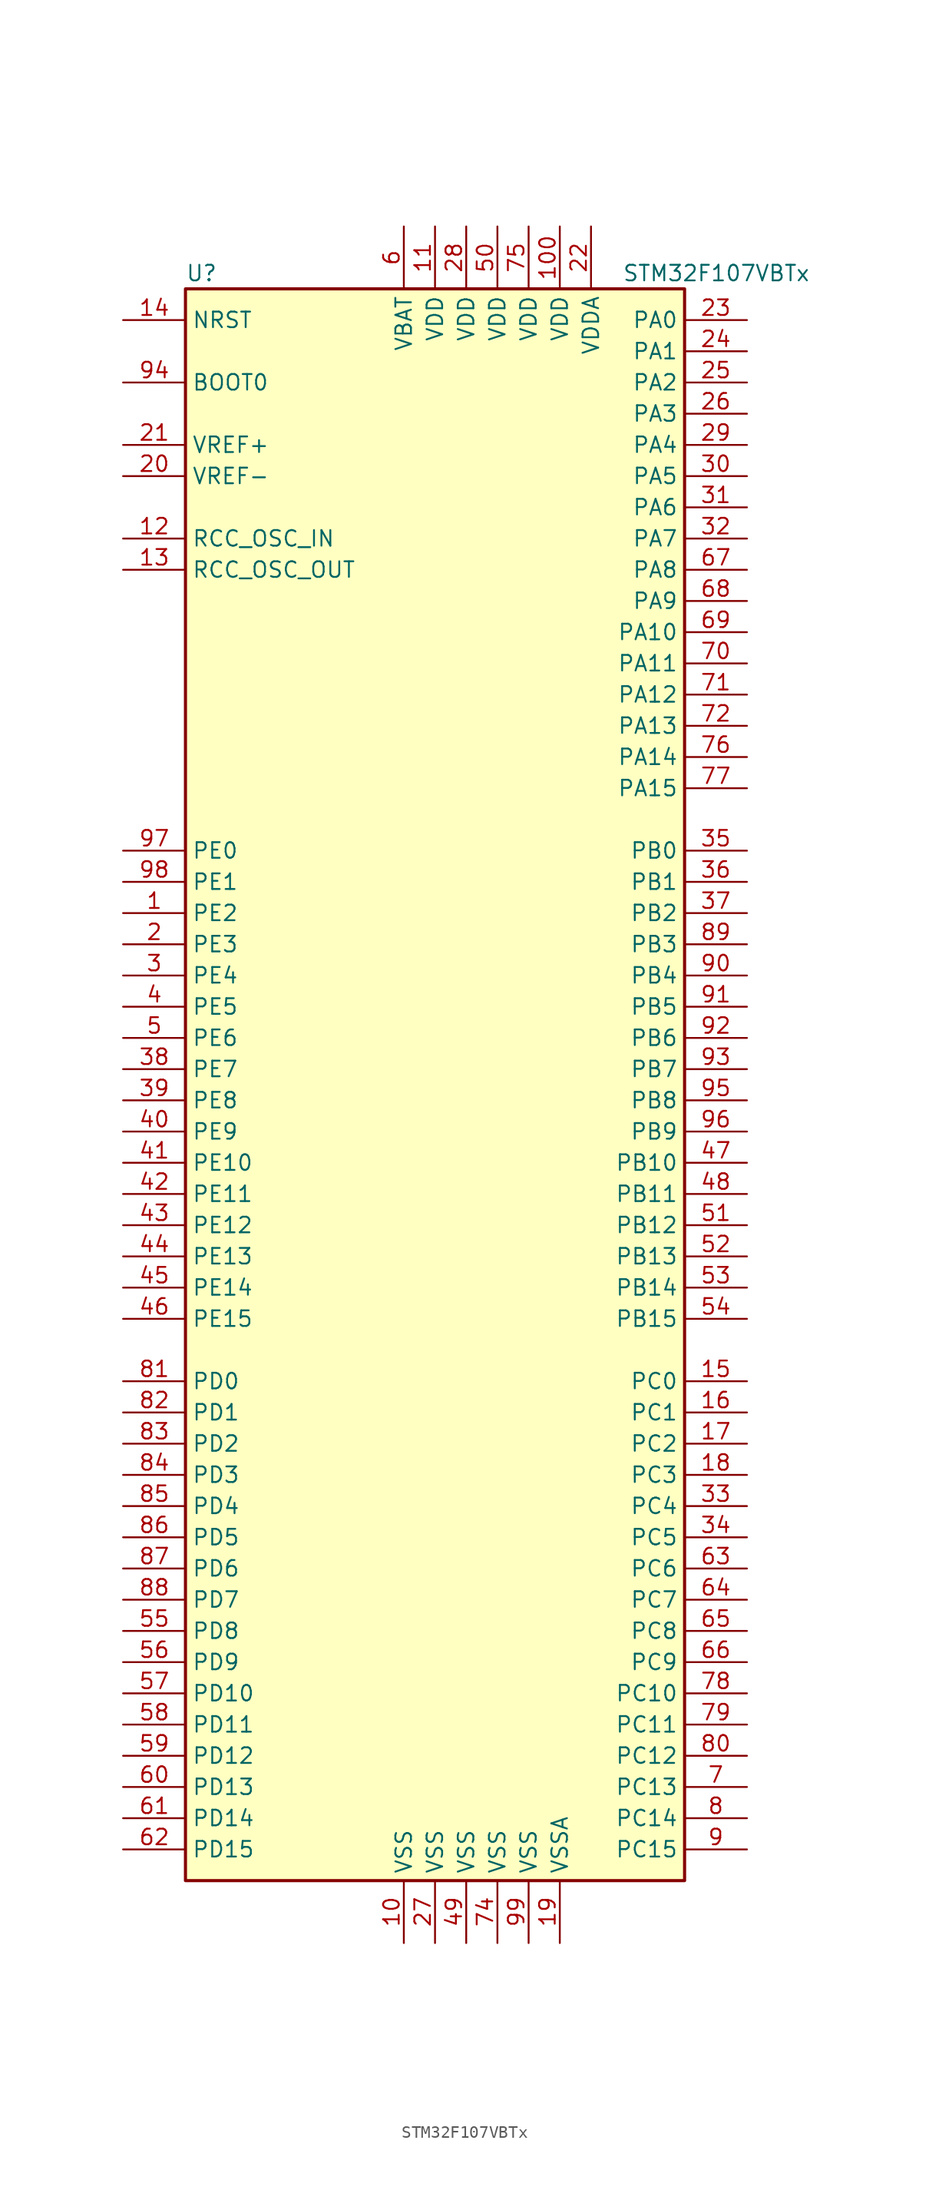
<source format=kicad_sym>
(kicad_symbol_lib
  (version 20200908)
  (generator kicad_symbol_editor)
  (symbol "MCU_ST_STM32F1:STM32F107VBTx"
    (property "Reference" "U"
      (at -20.32 64.77 0)
      (effects (font (size 1.27 1.27)) (justify left)))
    (property "Value" "STM32F107VBTx"
      (at 15.24 64.77 0)
      (effects (font (size 1.27 1.27)) (justify left)))
    (symbol "STM32F107VBTx_0_1"
      (rectangle (start -20.32 -66.04) (end 20.32 63.5) (stroke (width 0.254)) (fill (type background))))
    (symbol "STM32F107VBTx_1_1"
      (pin input line (at -25.4 55.88 0) (length 5.08) (name "BOOT0" (effects (font (size 1.27 1.27)))) (number "94" (effects (font (size 1.27 1.27)))))
      (pin unconnected line (at -20.32 -63.5 0) (length 5.08) hide (name "NC" (effects (font (size 1.27 1.27)))) (number "73" (effects (font (size 1.27 1.27)))))
      (pin input line (at -25.4 60.96 0) (length 5.08) (name "NRST" (effects (font (size 1.27 1.27)))) (number "14" (effects (font (size 1.27 1.27)))))
      (pin bidirectional line (at 25.4 60.96 180) (length 5.08) (name "PA0" (effects (font (size 1.27 1.27)))) (number "23" (effects (font (size 1.27 1.27)))))
      (pin bidirectional line (at 25.4 58.42 180) (length 5.08) (name "PA1" (effects (font (size 1.27 1.27)))) (number "24" (effects (font (size 1.27 1.27)))))
      (pin bidirectional line (at 25.4 35.56 180) (length 5.08) (name "PA10" (effects (font (size 1.27 1.27)))) (number "69" (effects (font (size 1.27 1.27)))))
      (pin bidirectional line (at 25.4 33.02 180) (length 5.08) (name "PA11" (effects (font (size 1.27 1.27)))) (number "70" (effects (font (size 1.27 1.27)))))
      (pin bidirectional line (at 25.4 30.48 180) (length 5.08) (name "PA12" (effects (font (size 1.27 1.27)))) (number "71" (effects (font (size 1.27 1.27)))))
      (pin bidirectional line (at 25.4 27.94 180) (length 5.08) (name "PA13" (effects (font (size 1.27 1.27)))) (number "72" (effects (font (size 1.27 1.27)))))
      (pin bidirectional line (at 25.4 25.4 180) (length 5.08) (name "PA14" (effects (font (size 1.27 1.27)))) (number "76" (effects (font (size 1.27 1.27)))))
      (pin bidirectional line (at 25.4 22.86 180) (length 5.08) (name "PA15" (effects (font (size 1.27 1.27)))) (number "77" (effects (font (size 1.27 1.27)))))
      (pin bidirectional line (at 25.4 55.88 180) (length 5.08) (name "PA2" (effects (font (size 1.27 1.27)))) (number "25" (effects (font (size 1.27 1.27)))))
      (pin bidirectional line (at 25.4 53.34 180) (length 5.08) (name "PA3" (effects (font (size 1.27 1.27)))) (number "26" (effects (font (size 1.27 1.27)))))
      (pin bidirectional line (at 25.4 50.8 180) (length 5.08) (name "PA4" (effects (font (size 1.27 1.27)))) (number "29" (effects (font (size 1.27 1.27)))))
      (pin bidirectional line (at 25.4 48.26 180) (length 5.08) (name "PA5" (effects (font (size 1.27 1.27)))) (number "30" (effects (font (size 1.27 1.27)))))
      (pin bidirectional line (at 25.4 45.72 180) (length 5.08) (name "PA6" (effects (font (size 1.27 1.27)))) (number "31" (effects (font (size 1.27 1.27)))))
      (pin bidirectional line (at 25.4 43.18 180) (length 5.08) (name "PA7" (effects (font (size 1.27 1.27)))) (number "32" (effects (font (size 1.27 1.27)))))
      (pin bidirectional line (at 25.4 40.64 180) (length 5.08) (name "PA8" (effects (font (size 1.27 1.27)))) (number "67" (effects (font (size 1.27 1.27)))))
      (pin bidirectional line (at 25.4 38.1 180) (length 5.08) (name "PA9" (effects (font (size 1.27 1.27)))) (number "68" (effects (font (size 1.27 1.27)))))
      (pin bidirectional line (at 25.4 17.78 180) (length 5.08) (name "PB0" (effects (font (size 1.27 1.27)))) (number "35" (effects (font (size 1.27 1.27)))))
      (pin bidirectional line (at 25.4 15.24 180) (length 5.08) (name "PB1" (effects (font (size 1.27 1.27)))) (number "36" (effects (font (size 1.27 1.27)))))
      (pin bidirectional line (at 25.4 -7.62 180) (length 5.08) (name "PB10" (effects (font (size 1.27 1.27)))) (number "47" (effects (font (size 1.27 1.27)))))
      (pin bidirectional line (at 25.4 -10.16 180) (length 5.08) (name "PB11" (effects (font (size 1.27 1.27)))) (number "48" (effects (font (size 1.27 1.27)))))
      (pin bidirectional line (at 25.4 -12.7 180) (length 5.08) (name "PB12" (effects (font (size 1.27 1.27)))) (number "51" (effects (font (size 1.27 1.27)))))
      (pin bidirectional line (at 25.4 -15.24 180) (length 5.08) (name "PB13" (effects (font (size 1.27 1.27)))) (number "52" (effects (font (size 1.27 1.27)))))
      (pin bidirectional line (at 25.4 -17.78 180) (length 5.08) (name "PB14" (effects (font (size 1.27 1.27)))) (number "53" (effects (font (size 1.27 1.27)))))
      (pin bidirectional line (at 25.4 -20.32 180) (length 5.08) (name "PB15" (effects (font (size 1.27 1.27)))) (number "54" (effects (font (size 1.27 1.27)))))
      (pin bidirectional line (at 25.4 12.7 180) (length 5.08) (name "PB2" (effects (font (size 1.27 1.27)))) (number "37" (effects (font (size 1.27 1.27)))))
      (pin bidirectional line (at 25.4 10.16 180) (length 5.08) (name "PB3" (effects (font (size 1.27 1.27)))) (number "89" (effects (font (size 1.27 1.27)))))
      (pin bidirectional line (at 25.4 7.62 180) (length 5.08) (name "PB4" (effects (font (size 1.27 1.27)))) (number "90" (effects (font (size 1.27 1.27)))))
      (pin bidirectional line (at 25.4 5.08 180) (length 5.08) (name "PB5" (effects (font (size 1.27 1.27)))) (number "91" (effects (font (size 1.27 1.27)))))
      (pin bidirectional line (at 25.4 2.54 180) (length 5.08) (name "PB6" (effects (font (size 1.27 1.27)))) (number "92" (effects (font (size 1.27 1.27)))))
      (pin bidirectional line (at 25.4 0 180) (length 5.08) (name "PB7" (effects (font (size 1.27 1.27)))) (number "93" (effects (font (size 1.27 1.27)))))
      (pin bidirectional line (at 25.4 -2.54 180) (length 5.08) (name "PB8" (effects (font (size 1.27 1.27)))) (number "95" (effects (font (size 1.27 1.27)))))
      (pin bidirectional line (at 25.4 -5.08 180) (length 5.08) (name "PB9" (effects (font (size 1.27 1.27)))) (number "96" (effects (font (size 1.27 1.27)))))
      (pin bidirectional line (at 25.4 -25.4 180) (length 5.08) (name "PC0" (effects (font (size 1.27 1.27)))) (number "15" (effects (font (size 1.27 1.27)))))
      (pin bidirectional line (at 25.4 -27.94 180) (length 5.08) (name "PC1" (effects (font (size 1.27 1.27)))) (number "16" (effects (font (size 1.27 1.27)))))
      (pin bidirectional line (at 25.4 -50.8 180) (length 5.08) (name "PC10" (effects (font (size 1.27 1.27)))) (number "78" (effects (font (size 1.27 1.27)))))
      (pin bidirectional line (at 25.4 -53.34 180) (length 5.08) (name "PC11" (effects (font (size 1.27 1.27)))) (number "79" (effects (font (size 1.27 1.27)))))
      (pin bidirectional line (at 25.4 -55.88 180) (length 5.08) (name "PC12" (effects (font (size 1.27 1.27)))) (number "80" (effects (font (size 1.27 1.27)))))
      (pin bidirectional line (at 25.4 -58.42 180) (length 5.08) (name "PC13" (effects (font (size 1.27 1.27)))) (number "7" (effects (font (size 1.27 1.27)))))
      (pin bidirectional line (at 25.4 -60.96 180) (length 5.08) (name "PC14" (effects (font (size 1.27 1.27)))) (number "8" (effects (font (size 1.27 1.27)))))
      (pin bidirectional line (at 25.4 -63.5 180) (length 5.08) (name "PC15" (effects (font (size 1.27 1.27)))) (number "9" (effects (font (size 1.27 1.27)))))
      (pin bidirectional line (at 25.4 -30.48 180) (length 5.08) (name "PC2" (effects (font (size 1.27 1.27)))) (number "17" (effects (font (size 1.27 1.27)))))
      (pin bidirectional line (at 25.4 -33.02 180) (length 5.08) (name "PC3" (effects (font (size 1.27 1.27)))) (number "18" (effects (font (size 1.27 1.27)))))
      (pin bidirectional line (at 25.4 -35.56 180) (length 5.08) (name "PC4" (effects (font (size 1.27 1.27)))) (number "33" (effects (font (size 1.27 1.27)))))
      (pin bidirectional line (at 25.4 -38.1 180) (length 5.08) (name "PC5" (effects (font (size 1.27 1.27)))) (number "34" (effects (font (size 1.27 1.27)))))
      (pin bidirectional line (at 25.4 -40.64 180) (length 5.08) (name "PC6" (effects (font (size 1.27 1.27)))) (number "63" (effects (font (size 1.27 1.27)))))
      (pin bidirectional line (at 25.4 -43.18 180) (length 5.08) (name "PC7" (effects (font (size 1.27 1.27)))) (number "64" (effects (font (size 1.27 1.27)))))
      (pin bidirectional line (at 25.4 -45.72 180) (length 5.08) (name "PC8" (effects (font (size 1.27 1.27)))) (number "65" (effects (font (size 1.27 1.27)))))
      (pin bidirectional line (at 25.4 -48.26 180) (length 5.08) (name "PC9" (effects (font (size 1.27 1.27)))) (number "66" (effects (font (size 1.27 1.27)))))
      (pin bidirectional line (at -25.4 -25.4 0) (length 5.08) (name "PD0" (effects (font (size 1.27 1.27)))) (number "81" (effects (font (size 1.27 1.27)))))
      (pin bidirectional line (at -25.4 -27.94 0) (length 5.08) (name "PD1" (effects (font (size 1.27 1.27)))) (number "82" (effects (font (size 1.27 1.27)))))
      (pin bidirectional line (at -25.4 -50.8 0) (length 5.08) (name "PD10" (effects (font (size 1.27 1.27)))) (number "57" (effects (font (size 1.27 1.27)))))
      (pin bidirectional line (at -25.4 -53.34 0) (length 5.08) (name "PD11" (effects (font (size 1.27 1.27)))) (number "58" (effects (font (size 1.27 1.27)))))
      (pin bidirectional line (at -25.4 -55.88 0) (length 5.08) (name "PD12" (effects (font (size 1.27 1.27)))) (number "59" (effects (font (size 1.27 1.27)))))
      (pin bidirectional line (at -25.4 -58.42 0) (length 5.08) (name "PD13" (effects (font (size 1.27 1.27)))) (number "60" (effects (font (size 1.27 1.27)))))
      (pin bidirectional line (at -25.4 -60.96 0) (length 5.08) (name "PD14" (effects (font (size 1.27 1.27)))) (number "61" (effects (font (size 1.27 1.27)))))
      (pin bidirectional line (at -25.4 -63.5 0) (length 5.08) (name "PD15" (effects (font (size 1.27 1.27)))) (number "62" (effects (font (size 1.27 1.27)))))
      (pin bidirectional line (at -25.4 -30.48 0) (length 5.08) (name "PD2" (effects (font (size 1.27 1.27)))) (number "83" (effects (font (size 1.27 1.27)))))
      (pin bidirectional line (at -25.4 -33.02 0) (length 5.08) (name "PD3" (effects (font (size 1.27 1.27)))) (number "84" (effects (font (size 1.27 1.27)))))
      (pin bidirectional line (at -25.4 -35.56 0) (length 5.08) (name "PD4" (effects (font (size 1.27 1.27)))) (number "85" (effects (font (size 1.27 1.27)))))
      (pin bidirectional line (at -25.4 -38.1 0) (length 5.08) (name "PD5" (effects (font (size 1.27 1.27)))) (number "86" (effects (font (size 1.27 1.27)))))
      (pin bidirectional line (at -25.4 -40.64 0) (length 5.08) (name "PD6" (effects (font (size 1.27 1.27)))) (number "87" (effects (font (size 1.27 1.27)))))
      (pin bidirectional line (at -25.4 -43.18 0) (length 5.08) (name "PD7" (effects (font (size 1.27 1.27)))) (number "88" (effects (font (size 1.27 1.27)))))
      (pin bidirectional line (at -25.4 -45.72 0) (length 5.08) (name "PD8" (effects (font (size 1.27 1.27)))) (number "55" (effects (font (size 1.27 1.27)))))
      (pin bidirectional line (at -25.4 -48.26 0) (length 5.08) (name "PD9" (effects (font (size 1.27 1.27)))) (number "56" (effects (font (size 1.27 1.27)))))
      (pin bidirectional line (at -25.4 17.78 0) (length 5.08) (name "PE0" (effects (font (size 1.27 1.27)))) (number "97" (effects (font (size 1.27 1.27)))))
      (pin bidirectional line (at -25.4 15.24 0) (length 5.08) (name "PE1" (effects (font (size 1.27 1.27)))) (number "98" (effects (font (size 1.27 1.27)))))
      (pin bidirectional line (at -25.4 -7.62 0) (length 5.08) (name "PE10" (effects (font (size 1.27 1.27)))) (number "41" (effects (font (size 1.27 1.27)))))
      (pin bidirectional line (at -25.4 -10.16 0) (length 5.08) (name "PE11" (effects (font (size 1.27 1.27)))) (number "42" (effects (font (size 1.27 1.27)))))
      (pin bidirectional line (at -25.4 -12.7 0) (length 5.08) (name "PE12" (effects (font (size 1.27 1.27)))) (number "43" (effects (font (size 1.27 1.27)))))
      (pin bidirectional line (at -25.4 -15.24 0) (length 5.08) (name "PE13" (effects (font (size 1.27 1.27)))) (number "44" (effects (font (size 1.27 1.27)))))
      (pin bidirectional line (at -25.4 -17.78 0) (length 5.08) (name "PE14" (effects (font (size 1.27 1.27)))) (number "45" (effects (font (size 1.27 1.27)))))
      (pin bidirectional line (at -25.4 -20.32 0) (length 5.08) (name "PE15" (effects (font (size 1.27 1.27)))) (number "46" (effects (font (size 1.27 1.27)))))
      (pin bidirectional line (at -25.4 12.7 0) (length 5.08) (name "PE2" (effects (font (size 1.27 1.27)))) (number "1" (effects (font (size 1.27 1.27)))))
      (pin bidirectional line (at -25.4 10.16 0) (length 5.08) (name "PE3" (effects (font (size 1.27 1.27)))) (number "2" (effects (font (size 1.27 1.27)))))
      (pin bidirectional line (at -25.4 7.62 0) (length 5.08) (name "PE4" (effects (font (size 1.27 1.27)))) (number "3" (effects (font (size 1.27 1.27)))))
      (pin bidirectional line (at -25.4 5.08 0) (length 5.08) (name "PE5" (effects (font (size 1.27 1.27)))) (number "4" (effects (font (size 1.27 1.27)))))
      (pin bidirectional line (at -25.4 2.54 0) (length 5.08) (name "PE6" (effects (font (size 1.27 1.27)))) (number "5" (effects (font (size 1.27 1.27)))))
      (pin bidirectional line (at -25.4 0 0) (length 5.08) (name "PE7" (effects (font (size 1.27 1.27)))) (number "38" (effects (font (size 1.27 1.27)))))
      (pin bidirectional line (at -25.4 -2.54 0) (length 5.08) (name "PE8" (effects (font (size 1.27 1.27)))) (number "39" (effects (font (size 1.27 1.27)))))
      (pin bidirectional line (at -25.4 -5.08 0) (length 5.08) (name "PE9" (effects (font (size 1.27 1.27)))) (number "40" (effects (font (size 1.27 1.27)))))
      (pin input line (at -25.4 43.18 0) (length 5.08) (name "RCC_OSC_IN" (effects (font (size 1.27 1.27)))) (number "12" (effects (font (size 1.27 1.27)))))
      (pin input line (at -25.4 40.64 0) (length 5.08) (name "RCC_OSC_OUT" (effects (font (size 1.27 1.27)))) (number "13" (effects (font (size 1.27 1.27)))))
      (pin power_in line (at -2.54 68.58 270) (length 5.08) (name "VBAT" (effects (font (size 1.27 1.27)))) (number "6" (effects (font (size 1.27 1.27)))))
      (pin power_in line (at 10.16 68.58 270) (length 5.08) (name "VDD" (effects (font (size 1.27 1.27)))) (number "100" (effects (font (size 1.27 1.27)))))
      (pin power_in line (at 0 68.58 270) (length 5.08) (name "VDD" (effects (font (size 1.27 1.27)))) (number "11" (effects (font (size 1.27 1.27)))))
      (pin power_in line (at 2.54 68.58 270) (length 5.08) (name "VDD" (effects (font (size 1.27 1.27)))) (number "28" (effects (font (size 1.27 1.27)))))
      (pin power_in line (at 5.08 68.58 270) (length 5.08) (name "VDD" (effects (font (size 1.27 1.27)))) (number "50" (effects (font (size 1.27 1.27)))))
      (pin power_in line (at 7.62 68.58 270) (length 5.08) (name "VDD" (effects (font (size 1.27 1.27)))) (number "75" (effects (font (size 1.27 1.27)))))
      (pin power_in line (at 12.7 68.58 270) (length 5.08) (name "VDDA" (effects (font (size 1.27 1.27)))) (number "22" (effects (font (size 1.27 1.27)))))
      (pin power_in line (at -25.4 50.8 0) (length 5.08) (name "VREF+" (effects (font (size 1.27 1.27)))) (number "21" (effects (font (size 1.27 1.27)))))
      (pin power_in line (at -25.4 48.26 0) (length 5.08) (name "VREF-" (effects (font (size 1.27 1.27)))) (number "20" (effects (font (size 1.27 1.27)))))
      (pin power_in line (at -2.54 -71.12 90) (length 5.08) (name "VSS" (effects (font (size 1.27 1.27)))) (number "10" (effects (font (size 1.27 1.27)))))
      (pin power_in line (at 0 -71.12 90) (length 5.08) (name "VSS" (effects (font (size 1.27 1.27)))) (number "27" (effects (font (size 1.27 1.27)))))
      (pin power_in line (at 2.54 -71.12 90) (length 5.08) (name "VSS" (effects (font (size 1.27 1.27)))) (number "49" (effects (font (size 1.27 1.27)))))
      (pin power_in line (at 5.08 -71.12 90) (length 5.08) (name "VSS" (effects (font (size 1.27 1.27)))) (number "74" (effects (font (size 1.27 1.27)))))
      (pin power_in line (at 7.62 -71.12 90) (length 5.08) (name "VSS" (effects (font (size 1.27 1.27)))) (number "99" (effects (font (size 1.27 1.27)))))
      (pin power_in line (at 10.16 -71.12 90) (length 5.08) (name "VSSA" (effects (font (size 1.27 1.27)))) (number "19" (effects (font (size 1.27 1.27))))))))
</source>
